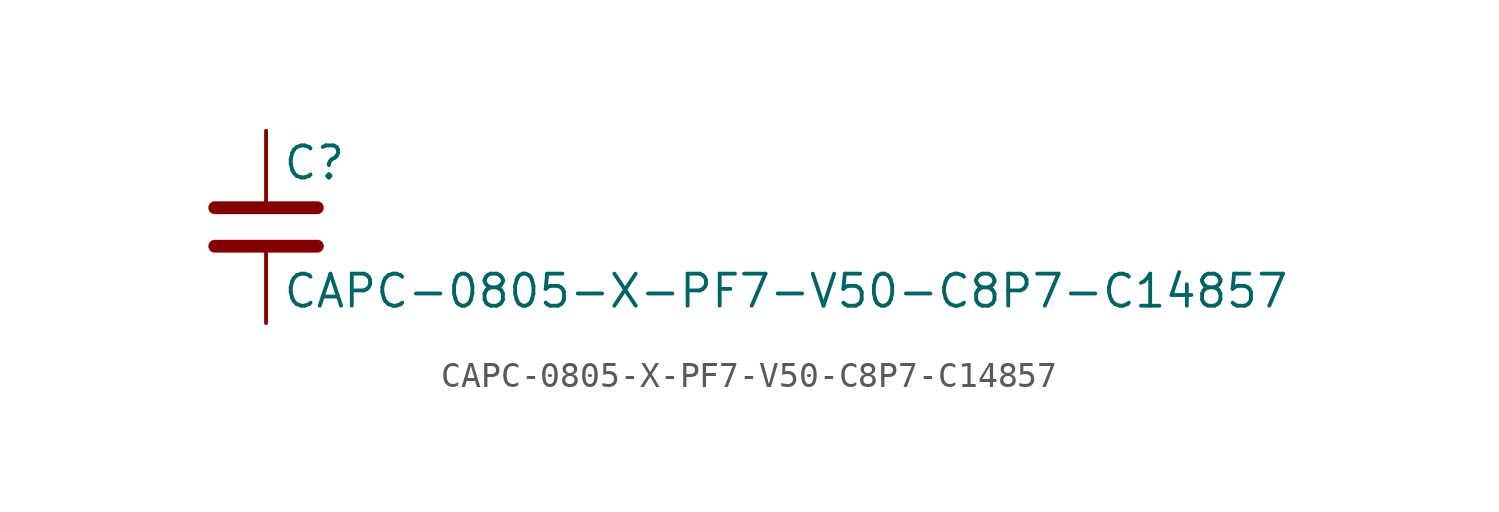
<source format=kicad_sym>
(kicad_symbol_lib
  (version 20211014)
  (generator kicad_symbol_editor)
  (symbol "CAPC-0805-X-PF7-V50-C8P7-C14857"
    (pin_numbers hide)
    (pin_names
      (offset 0.254))
    (property "Reference" "C"
      (at 0.635 2.54 0)
      (effects (font (size 1.27 1.27)) (justify left)))
    (property "Value" "CAPC-0805-X-PF7-V50-C8P7-C14857"
      (at 0.635 -2.54 0)
      (effects (font (size 1.27 1.27)) (justify left)))
    (symbol "CAPC-0805-X-PF7-V50-C8P7-C14857_0_1"
      (polyline (pts (xy -2.032 -0.762) (xy 2.032 -0.762)) (stroke (width 0.508) (type default) (color 0 0 0 0)) (fill (type none)))
      (polyline (pts (xy -2.032 0.762) (xy 2.032 0.762)) (stroke (width 0.508) (type default) (color 0 0 0 0)) (fill (type none))))
    (symbol "CAPC-0805-X-PF7-V50-C8P7-C14857_1_1"
      (pin passive line (at 0 3.81 270) (length 2.794) (name "~" (effects (font (size 1.27 1.27)))) (number "1" (effects (font (size 1.27 1.27)))))
      (pin passive line (at 0 -3.81 90) (length 2.794) (name "~" (effects (font (size 1.27 1.27)))) (number "2" (effects (font (size 1.27 1.27))))))))
</source>
